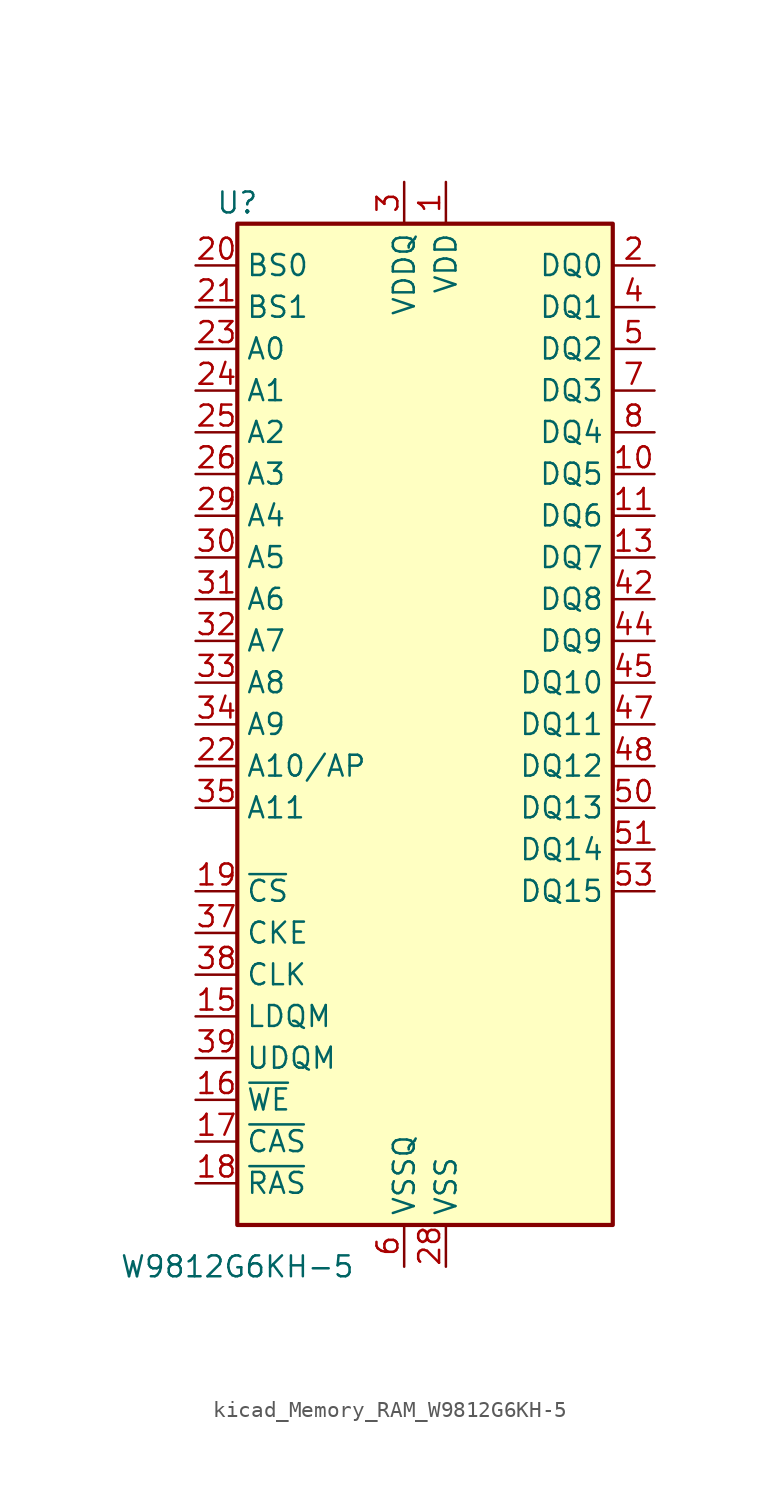
<source format=kicad_sym>
(kicad_symbol_lib
  (version 20220914)
  (generator kicad_symbol_editor)
  (symbol "kicad_Memory_RAM_W9812G6KH-5"
    (property "Reference" "U"
      (at -10.16 31.75 0)
      (effects (font (size 1.27 1.27))))
    (property "Value" "W9812G6KH-5"
      (at -10.16 -33.02 0)
      (effects (font (size 1.27 1.27))))
    (symbol "kicad_Memory_RAM_W9812G6KH-5_1_1"
      (rectangle (start -10.16 30.48) (end 12.7 -30.48) (stroke (width 0.254) (type default)) (fill (type background)))
      (pin power_in line (at 2.54 33.02 270) (length 2.54) (name "VDD" (effects (font (size 1.27 1.27)))) (number "1" (effects (font (size 1.27 1.27)))))
      (pin bidirectional line (at 15.24 15.24 180) (length 2.54) (name "DQ5" (effects (font (size 1.27 1.27)))) (number "10" (effects (font (size 1.27 1.27)))))
      (pin bidirectional line (at 15.24 12.7 180) (length 2.54) (name "DQ6" (effects (font (size 1.27 1.27)))) (number "11" (effects (font (size 1.27 1.27)))))
      (pin passive line (at 0 -33.02 90) (length 2.54) hide (name "VSSQ" (effects (font (size 1.27 1.27)))) (number "12" (effects (font (size 1.27 1.27)))))
      (pin bidirectional line (at 15.24 10.16 180) (length 2.54) (name "DQ7" (effects (font (size 1.27 1.27)))) (number "13" (effects (font (size 1.27 1.27)))))
      (pin passive line (at 2.54 33.02 270) (length 2.54) hide (name "VDD" (effects (font (size 1.27 1.27)))) (number "14" (effects (font (size 1.27 1.27)))))
      (pin input line (at -12.7 -17.78 0) (length 2.54) (name "LDQM" (effects (font (size 1.27 1.27)))) (number "15" (effects (font (size 1.27 1.27)))))
      (pin input line (at -12.7 -22.86 0) (length 2.54) (name "~{WE}" (effects (font (size 1.27 1.27)))) (number "16" (effects (font (size 1.27 1.27)))))
      (pin input line (at -12.7 -25.4 0) (length 2.54) (name "~{CAS}" (effects (font (size 1.27 1.27)))) (number "17" (effects (font (size 1.27 1.27)))))
      (pin input line (at -12.7 -27.94 0) (length 2.54) (name "~{RAS}" (effects (font (size 1.27 1.27)))) (number "18" (effects (font (size 1.27 1.27)))))
      (pin input line (at -12.7 -10.16 0) (length 2.54) (name "~{CS}" (effects (font (size 1.27 1.27)))) (number "19" (effects (font (size 1.27 1.27)))))
      (pin bidirectional line (at 15.24 27.94 180) (length 2.54) (name "DQ0" (effects (font (size 1.27 1.27)))) (number "2" (effects (font (size 1.27 1.27)))))
      (pin input line (at -12.7 27.94 0) (length 2.54) (name "BS0" (effects (font (size 1.27 1.27)))) (number "20" (effects (font (size 1.27 1.27)))))
      (pin input line (at -12.7 25.4 0) (length 2.54) (name "BS1" (effects (font (size 1.27 1.27)))) (number "21" (effects (font (size 1.27 1.27)))))
      (pin input line (at -12.7 -2.54 0) (length 2.54) (name "A10/AP" (effects (font (size 1.27 1.27)))) (number "22" (effects (font (size 1.27 1.27)))))
      (pin input line (at -12.7 22.86 0) (length 2.54) (name "A0" (effects (font (size 1.27 1.27)))) (number "23" (effects (font (size 1.27 1.27)))))
      (pin input line (at -12.7 20.32 0) (length 2.54) (name "A1" (effects (font (size 1.27 1.27)))) (number "24" (effects (font (size 1.27 1.27)))))
      (pin input line (at -12.7 17.78 0) (length 2.54) (name "A2" (effects (font (size 1.27 1.27)))) (number "25" (effects (font (size 1.27 1.27)))))
      (pin input line (at -12.7 15.24 0) (length 2.54) (name "A3" (effects (font (size 1.27 1.27)))) (number "26" (effects (font (size 1.27 1.27)))))
      (pin passive line (at 2.54 33.02 270) (length 2.54) hide (name "VDD" (effects (font (size 1.27 1.27)))) (number "27" (effects (font (size 1.27 1.27)))))
      (pin power_in line (at 2.54 -33.02 90) (length 2.54) (name "VSS" (effects (font (size 1.27 1.27)))) (number "28" (effects (font (size 1.27 1.27)))))
      (pin input line (at -12.7 12.7 0) (length 2.54) (name "A4" (effects (font (size 1.27 1.27)))) (number "29" (effects (font (size 1.27 1.27)))))
      (pin power_in line (at 0 33.02 270) (length 2.54) (name "VDDQ" (effects (font (size 1.27 1.27)))) (number "3" (effects (font (size 1.27 1.27)))))
      (pin input line (at -12.7 10.16 0) (length 2.54) (name "A5" (effects (font (size 1.27 1.27)))) (number "30" (effects (font (size 1.27 1.27)))))
      (pin input line (at -12.7 7.62 0) (length 2.54) (name "A6" (effects (font (size 1.27 1.27)))) (number "31" (effects (font (size 1.27 1.27)))))
      (pin input line (at -12.7 5.08 0) (length 2.54) (name "A7" (effects (font (size 1.27 1.27)))) (number "32" (effects (font (size 1.27 1.27)))))
      (pin input line (at -12.7 2.54 0) (length 2.54) (name "A8" (effects (font (size 1.27 1.27)))) (number "33" (effects (font (size 1.27 1.27)))))
      (pin input line (at -12.7 0 0) (length 2.54) (name "A9" (effects (font (size 1.27 1.27)))) (number "34" (effects (font (size 1.27 1.27)))))
      (pin input line (at -12.7 -5.08 0) (length 2.54) (name "A11" (effects (font (size 1.27 1.27)))) (number "35" (effects (font (size 1.27 1.27)))))
      (pin no_connect line (at 12.7 -15.24 180) (length 2.54) hide (name "NC" (effects (font (size 1.27 1.27)))) (number "36" (effects (font (size 1.27 1.27)))))
      (pin input line (at -12.7 -12.7 0) (length 2.54) (name "CKE" (effects (font (size 1.27 1.27)))) (number "37" (effects (font (size 1.27 1.27)))))
      (pin input line (at -12.7 -15.24 0) (length 2.54) (name "CLK" (effects (font (size 1.27 1.27)))) (number "38" (effects (font (size 1.27 1.27)))))
      (pin input line (at -12.7 -20.32 0) (length 2.54) (name "UDQM" (effects (font (size 1.27 1.27)))) (number "39" (effects (font (size 1.27 1.27)))))
      (pin bidirectional line (at 15.24 25.4 180) (length 2.54) (name "DQ1" (effects (font (size 1.27 1.27)))) (number "4" (effects (font (size 1.27 1.27)))))
      (pin no_connect line (at 12.7 -17.78 180) (length 2.54) hide (name "NC" (effects (font (size 1.27 1.27)))) (number "40" (effects (font (size 1.27 1.27)))))
      (pin passive line (at 2.54 -33.02 90) (length 2.54) hide (name "VSS" (effects (font (size 1.27 1.27)))) (number "41" (effects (font (size 1.27 1.27)))))
      (pin bidirectional line (at 15.24 7.62 180) (length 2.54) (name "DQ8" (effects (font (size 1.27 1.27)))) (number "42" (effects (font (size 1.27 1.27)))))
      (pin passive line (at 0 33.02 270) (length 2.54) hide (name "VDDQ" (effects (font (size 1.27 1.27)))) (number "43" (effects (font (size 1.27 1.27)))))
      (pin bidirectional line (at 15.24 5.08 180) (length 2.54) (name "DQ9" (effects (font (size 1.27 1.27)))) (number "44" (effects (font (size 1.27 1.27)))))
      (pin bidirectional line (at 15.24 2.54 180) (length 2.54) (name "DQ10" (effects (font (size 1.27 1.27)))) (number "45" (effects (font (size 1.27 1.27)))))
      (pin passive line (at 0 -33.02 90) (length 2.54) hide (name "VSSQ" (effects (font (size 1.27 1.27)))) (number "46" (effects (font (size 1.27 1.27)))))
      (pin bidirectional line (at 15.24 0 180) (length 2.54) (name "DQ11" (effects (font (size 1.27 1.27)))) (number "47" (effects (font (size 1.27 1.27)))))
      (pin bidirectional line (at 15.24 -2.54 180) (length 2.54) (name "DQ12" (effects (font (size 1.27 1.27)))) (number "48" (effects (font (size 1.27 1.27)))))
      (pin passive line (at 0 33.02 270) (length 2.54) hide (name "VDDQ" (effects (font (size 1.27 1.27)))) (number "49" (effects (font (size 1.27 1.27)))))
      (pin bidirectional line (at 15.24 22.86 180) (length 2.54) (name "DQ2" (effects (font (size 1.27 1.27)))) (number "5" (effects (font (size 1.27 1.27)))))
      (pin bidirectional line (at 15.24 -5.08 180) (length 2.54) (name "DQ13" (effects (font (size 1.27 1.27)))) (number "50" (effects (font (size 1.27 1.27)))))
      (pin bidirectional line (at 15.24 -7.62 180) (length 2.54) (name "DQ14" (effects (font (size 1.27 1.27)))) (number "51" (effects (font (size 1.27 1.27)))))
      (pin passive line (at 0 -33.02 90) (length 2.54) hide (name "VSSQ" (effects (font (size 1.27 1.27)))) (number "52" (effects (font (size 1.27 1.27)))))
      (pin bidirectional line (at 15.24 -10.16 180) (length 2.54) (name "DQ15" (effects (font (size 1.27 1.27)))) (number "53" (effects (font (size 1.27 1.27)))))
      (pin passive line (at 2.54 -33.02 90) (length 2.54) hide (name "VSS" (effects (font (size 1.27 1.27)))) (number "54" (effects (font (size 1.27 1.27)))))
      (pin power_in line (at 0 -33.02 90) (length 2.54) (name "VSSQ" (effects (font (size 1.27 1.27)))) (number "6" (effects (font (size 1.27 1.27)))))
      (pin bidirectional line (at 15.24 20.32 180) (length 2.54) (name "DQ3" (effects (font (size 1.27 1.27)))) (number "7" (effects (font (size 1.27 1.27)))))
      (pin bidirectional line (at 15.24 17.78 180) (length 2.54) (name "DQ4" (effects (font (size 1.27 1.27)))) (number "8" (effects (font (size 1.27 1.27)))))
      (pin passive line (at 0 33.02 270) (length 2.54) hide (name "VDDQ" (effects (font (size 1.27 1.27)))) (number "9" (effects (font (size 1.27 1.27))))))))
</source>
